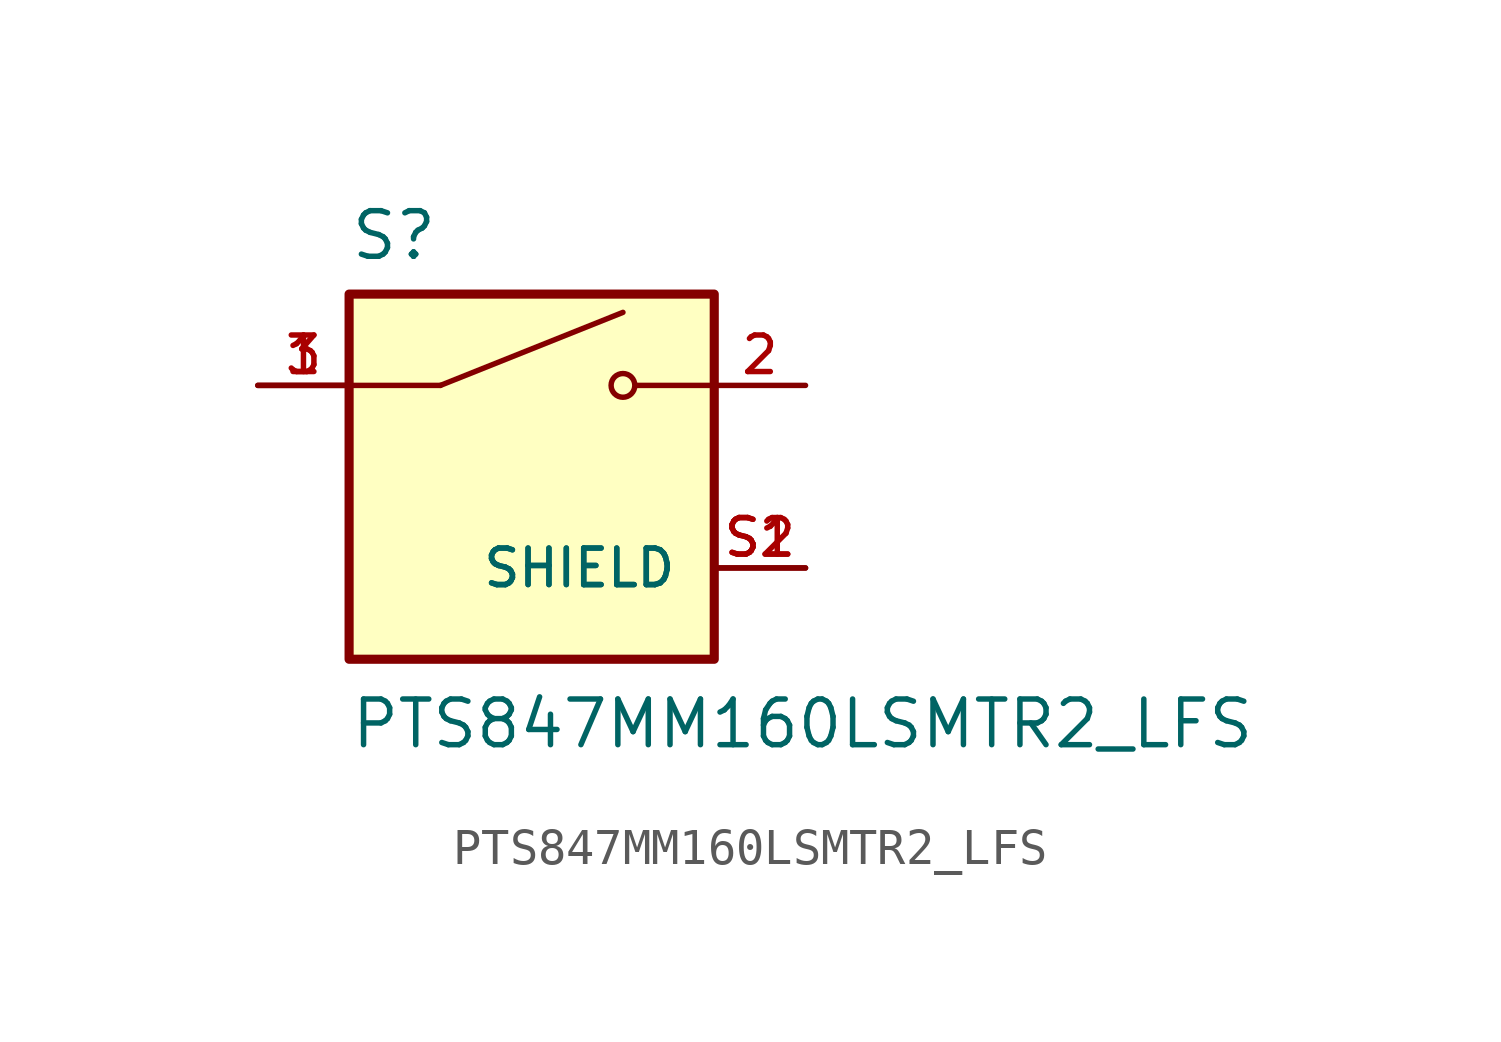
<source format=kicad_sym>
(kicad_symbol_lib
  (version 20211014)
  (generator kicad_symbol_editor)
  (symbol "PTS847MM160LSMTR2_LFS"
    (pin_names
      (offset 1.016))
    (property "Reference" "S"
      (at -5.08 5.969 0)
      (effects (font (size 1.27 1.27)) (justify bottom left)))
    (property "Value" "PTS847MM160LSMTR2_LFS"
      (at -5.08 -7.62 0)
      (effects (font (size 1.27 1.27)) (justify bottom left)))
    (symbol "PTS847MM160LSMTR2_LFS_0_0"
      (polyline (pts (xy -2.54 2.54) (xy 2.54 4.572)) (stroke (width 0.152)))
      (circle (center 2.54 2.54) (radius 0.33) (stroke (width 0.152)) (fill (type none)))
      (polyline (pts (xy 5.08 2.54) (xy 2.921 2.54)) (stroke (width 0.152)))
      (polyline (pts (xy -2.54 2.54) (xy -5.08 2.54)) (stroke (width 0.152)))
      (rectangle (start -5.08 -5.08) (end 5.08 5.08) (stroke (width 0.254)) (fill (type background)))
      (pin passive line (at -7.62 2.54 0) (length 2.54) (name "~" (effects (font (size 1.016 1.016)))) (number "1" (effects (font (size 1.016 1.016)))))
      (pin passive line (at -7.62 2.54 0) (length 2.54) (name "~" (effects (font (size 1.016 1.016)))) (number "3" (effects (font (size 1.016 1.016)))))
      (pin passive line (at 7.62 2.54 180.0) (length 2.54) (name "~" (effects (font (size 1.016 1.016)))) (number "2" (effects (font (size 1.016 1.016)))))
      (pin passive line (at 7.62 -2.54 180.0) (length 2.54) (name "SHIELD" (effects (font (size 1.016 1.016)))) (number "S1" (effects (font (size 1.016 1.016)))))
      (pin passive line (at 7.62 -2.54 180.0) (length 2.54) (name "SHIELD" (effects (font (size 1.016 1.016)))) (number "S2" (effects (font (size 1.016 1.016))))))))
</source>
